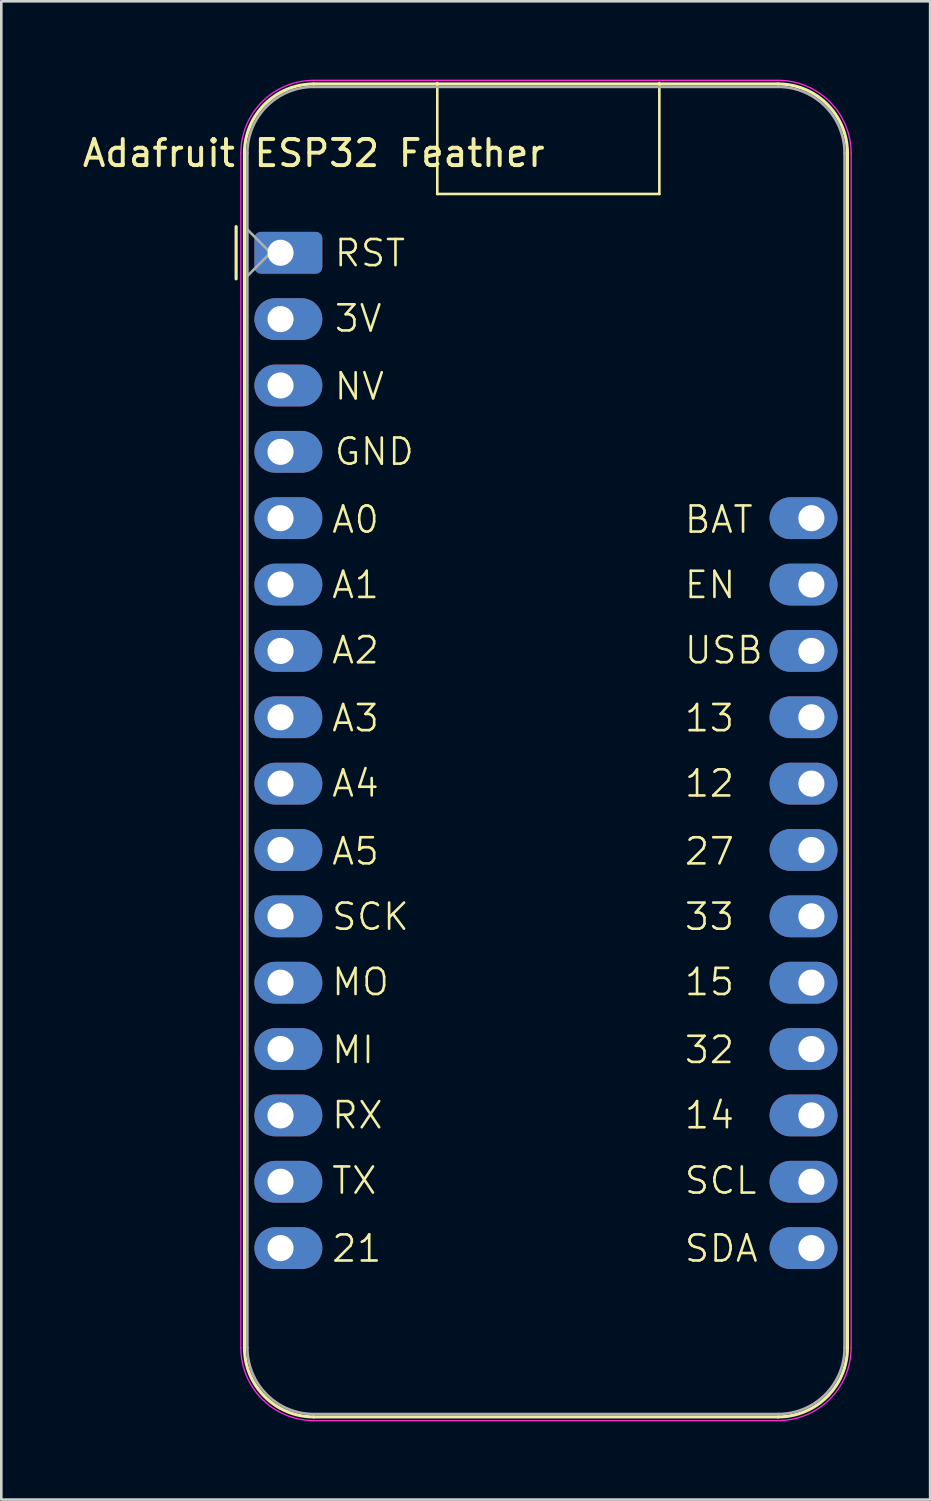
<source format=kicad_pcb>
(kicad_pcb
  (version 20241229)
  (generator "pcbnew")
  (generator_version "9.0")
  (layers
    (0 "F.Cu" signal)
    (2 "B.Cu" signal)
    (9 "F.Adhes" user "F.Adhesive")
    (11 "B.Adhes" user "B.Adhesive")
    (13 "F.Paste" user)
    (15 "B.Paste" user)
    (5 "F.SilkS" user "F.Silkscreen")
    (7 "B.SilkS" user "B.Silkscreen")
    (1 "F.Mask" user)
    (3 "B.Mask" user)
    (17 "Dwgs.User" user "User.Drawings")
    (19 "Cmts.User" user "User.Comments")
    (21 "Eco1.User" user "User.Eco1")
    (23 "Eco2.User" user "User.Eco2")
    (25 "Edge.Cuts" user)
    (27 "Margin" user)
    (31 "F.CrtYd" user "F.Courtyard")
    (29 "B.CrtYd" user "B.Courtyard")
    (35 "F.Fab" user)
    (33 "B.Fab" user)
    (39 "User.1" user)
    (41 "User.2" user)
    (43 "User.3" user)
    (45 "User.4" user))
  (footprint "Adafruit ESP32 Feather"
    (layer "F.Cu")
    (at 7.688 6.625)
    (property "Reference" "Adafruit ESP32 Feather" (at 1.27 -3.81 180) (layer "F.SilkS") (effects (font (size 1 1) (thickness 0.15))))
    (attr through_hole)
    (fp_line (start -1.7 1) (end -1.7 -1) (stroke (width 0.12) (type solid)) (layer "F.SilkS"))
    (fp_line (start -1.38 -3.81) (end -1.38 41.91) (stroke (width 0.12) (type solid)) (layer "F.SilkS"))
    (fp_line (start 6 -6.5) (end 6 -2.25) (stroke (width 0.1) (type default)) (layer "F.SilkS"))
    (fp_line (start 6 -2.25) (end 14.5 -2.25) (stroke (width 0.1) (type default)) (layer "F.SilkS"))
    (fp_line (start 14.5 -2.25) (end 14.5 -6.5) (stroke (width 0.1) (type default)) (layer "F.SilkS"))
    (fp_line (start 19.05 -6.46) (end 1.27 -6.46) (stroke (width 0.12) (type solid)) (layer "F.SilkS"))
    (fp_line (start 19.05 44.56) (end 1.27 44.56) (stroke (width 0.12) (type solid)) (layer "F.SilkS"))
    (fp_line (start 21.7 -3.81) (end 21.7 41.91) (stroke (width 0.12) (type solid)) (layer "F.SilkS"))
    (fp_arc (start -1.38 -3.81) (mid -0.603833 -5.683833) (end 1.27 -6.46) (stroke (width 0.12) (type solid)) (layer "F.SilkS"))
    (fp_arc (start 1.27 44.56) (mid -0.603833 43.783833) (end -1.38 41.91) (stroke (width 0.12) (type solid)) (layer "F.SilkS"))
    (fp_arc (start 19.05 -6.46) (mid 20.923833 -5.683833) (end 21.7 -3.81) (stroke (width 0.12) (type solid)) (layer "F.SilkS"))
    (fp_arc (start 21.7 41.91) (mid 20.923833 43.783833) (end 19.05 44.56) (stroke (width 0.12) (type solid)) (layer "F.SilkS"))
    (fp_line (start -1.52 41.91) (end -1.52 -3.81) (stroke (width 0.05) (type solid)) (layer "F.CrtYd"))
    (fp_line (start 19.05 -6.6) (end 1.27 -6.6) (stroke (width 0.05) (type solid)) (layer "F.CrtYd"))
    (fp_line (start 19.05 44.7) (end 1.27 44.7) (stroke (width 0.05) (type solid)) (layer "F.CrtYd"))
    (fp_line (start 21.84 41.91) (end 21.84 -3.81) (stroke (width 0.05) (type solid)) (layer "F.CrtYd"))
    (fp_arc (start -1.52 -3.81) (mid -0.702828 -5.782828) (end 1.27 -6.6) (stroke (width 0.05) (type solid)) (layer "F.CrtYd"))
    (fp_arc (start 1.27 44.7) (mid -0.702828 43.882828) (end -1.52 41.91) (stroke (width 0.05) (type solid)) (layer "F.CrtYd"))
    (fp_arc (start 19.05 -6.6) (mid 21.022828 -5.782828) (end 21.84 -3.81) (stroke (width 0.05) (type solid)) (layer "F.CrtYd"))
    (fp_arc (start 21.84 41.91) (mid 21.022828 43.882828) (end 19.05 44.7) (stroke (width 0.05) (type solid)) (layer "F.CrtYd"))
    (fp_line (start -1.27 -3.81) (end -1.27 41.91) (stroke (width 0.1) (type solid)) (layer "F.Fab"))
    (fp_line (start -1.27 -0.889) (end -0.381 0) (stroke (width 0.1) (type solid)) (layer "F.Fab"))
    (fp_line (start -0.381 0) (end -1.27 0.889) (stroke (width 0.1) (type solid)) (layer "F.Fab"))
    (fp_line (start 1.27 44.45) (end 19.05 44.45) (stroke (width 0.1) (type solid)) (layer "F.Fab"))
    (fp_line (start 19.05 -6.35) (end 1.27 -6.35) (stroke (width 0.1) (type solid)) (layer "F.Fab"))
    (fp_line (start 21.59 41.91) (end 21.59 -3.81) (stroke (width 0.1) (type solid)) (layer "F.Fab"))
    (fp_arc (start -1.27 -3.81) (mid -0.526051 -5.606051) (end 1.27 -6.35) (stroke (width 0.1) (type solid)) (layer "F.Fab"))
    (fp_arc (start 1.221238 44.449532) (mid -0.543209 43.688728) (end -1.27 41.91) (stroke (width 0.1) (type solid)) (layer "F.Fab"))
    (fp_arc (start 19.05 -6.35) (mid 20.846051 -5.606051) (end 21.59 -3.81) (stroke (width 0.1) (type solid)) (layer "F.Fab"))
    (fp_arc (start 21.59 41.91) (mid 20.846051 43.706051) (end 19.05 44.45) (stroke (width 0.1) (type solid)) (layer "F.Fab"))
    (fp_text user "SDA" (at 15.4 38.7 0) (unlocked yes) (layer "F.SilkS") (effects (font (size 1 1) (thickness 0.1)) (justify left bottom)))
    (fp_text user "A4" (at 1.9 20.9 0) (unlocked yes) (layer "F.SilkS") (effects (font (size 1 1) (thickness 0.1)) (justify left bottom)))
    (fp_text user "13" (at 15.4 18.4 0) (unlocked yes) (layer "F.SilkS") (effects (font (size 1 1) (thickness 0.1)) (justify left bottom)))
    (fp_text user "A0" (at 1.9 10.8 0) (unlocked yes) (layer "F.SilkS") (effects (font (size 1 1) (thickness 0.1)) (justify left bottom)))
    (fp_text user "21" (at 1.9 38.7 0) (unlocked yes) (layer "F.SilkS") (effects (font (size 1 1) (thickness 0.1)) (justify left bottom)))
    (fp_text user "TX" (at 1.9 36.1 0) (unlocked yes) (layer "F.SilkS") (effects (font (size 1 1) (thickness 0.1)) (justify left bottom)))
    (fp_text user "15" (at 15.4 28.5 0) (unlocked yes) (layer "F.SilkS") (effects (font (size 1 1) (thickness 0.1)) (justify left bottom)))
    (fp_text user "SCL" (at 15.4 36.1 0) (unlocked yes) (layer "F.SilkS") (effects (font (size 1 1) (thickness 0.1)) (justify left bottom)))
    (fp_text user "32" (at 15.4 31.1 0) (unlocked yes) (layer "F.SilkS") (effects (font (size 1 1) (thickness 0.1)) (justify left bottom)))
    (fp_text user "A3" (at 1.9 18.4 0) (unlocked yes) (layer "F.SilkS") (effects (font (size 1 1) (thickness 0.1)) (justify left bottom)))
    (fp_text user "MI" (at 1.9 31.1 0) (unlocked yes) (layer "F.SilkS") (effects (font (size 1 1) (thickness 0.1)) (justify left bottom)))
    (fp_text user "SCK" (at 1.9 26 0) (unlocked yes) (layer "F.SilkS") (effects (font (size 1 1) (thickness 0.1)) (justify left bottom)))
    (fp_text user "A5" (at 1.9 23.5 0) (unlocked yes) (layer "F.SilkS") (effects (font (size 1 1) (thickness 0.1)) (justify left bottom)))
    (fp_text user "MO" (at 1.9 28.5 0) (unlocked yes) (layer "F.SilkS") (effects (font (size 1 1) (thickness 0.1)) (justify left bottom)))
    (fp_text user "12" (at 15.4 20.9 0) (unlocked yes) (layer "F.SilkS") (effects (font (size 1 1) (thickness 0.1)) (justify left bottom)))
    (fp_text user "27" (at 15.4 23.5 0) (unlocked yes) (layer "F.SilkS") (effects (font (size 1 1) (thickness 0.1)) (justify left bottom)))
    (fp_text user "RST" (at 2 0.6 0) (unlocked yes) (layer "F.SilkS") (effects (font (size 1 1) (thickness 0.1)) (justify left bottom)))
    (fp_text user "A1" (at 1.9 13.3 0) (unlocked yes) (layer "F.SilkS") (effects (font (size 1 1) (thickness 0.1)) (justify left bottom)))
    (fp_text user "USB" (at 15.4 15.8 0) (unlocked yes) (layer "F.SilkS") (effects (font (size 1 1) (thickness 0.1)) (justify left bottom)))
    (fp_text user "EN" (at 15.4 13.3 0) (unlocked yes) (layer "F.SilkS") (effects (font (size 1 1) (thickness 0.1)) (justify left bottom)))
    (fp_text user "BAT" (at 15.4 10.8 0) (unlocked yes) (layer "F.SilkS") (effects (font (size 1 1) (thickness 0.1)) (justify left bottom)))
    (fp_text user "RX" (at 1.9 33.6 0) (unlocked yes) (layer "F.SilkS") (effects (font (size 1 1) (thickness 0.1)) (justify left bottom)))
    (fp_text user "33" (at 15.4 26 0) (unlocked yes) (layer "F.SilkS") (effects (font (size 1 1) (thickness 0.1)) (justify left bottom)))
    (fp_text user "14" (at 15.4 33.6 0) (unlocked yes) (layer "F.SilkS") (effects (font (size 1 1) (thickness 0.1)) (justify left bottom)))
    (fp_text user "3V" (at 2 3.1 0) (unlocked yes) (layer "F.SilkS") (effects (font (size 1 1) (thickness 0.1)) (justify left bottom)))
    (fp_text user "NV" (at 2 5.7 0) (unlocked yes) (layer "F.SilkS") (effects (font (size 1 1) (thickness 0.1)) (justify left bottom)))
    (fp_text user "A2" (at 1.9 15.8 0) (unlocked yes) (layer "F.SilkS") (effects (font (size 1 1) (thickness 0.1)) (justify left bottom)))
    (fp_text user "GND" (at 2 8.2 0) (unlocked yes) (layer "F.SilkS") (effects (font (size 1 1) (thickness 0.1)) (justify left bottom)))
    (pad "1" thru_hole roundrect (at 0 0) (size 2.6 1.6) (drill 1 (offset 0.3 0)) (layers "*.Cu" "*.Mask") (roundrect_rratio 0.156))
    (pad "2" thru_hole oval (at 0 2.54) (size 2.6 1.6) (drill 1 (offset 0.3 0)) (layers "*.Cu" "*.Mask"))
    (pad "3" thru_hole oval (at 0 5.08) (size 2.6 1.6) (drill 1 (offset 0.3 0)) (layers "*.Cu" "*.Mask"))
    (pad "4" thru_hole oval (at 0 7.62) (size 2.6 1.6) (drill 1 (offset 0.3 0)) (layers "*.Cu" "*.Mask"))
    (pad "5" thru_hole oval (at 0 10.16) (size 2.6 1.6) (drill 1 (offset 0.3 0)) (layers "*.Cu" "*.Mask"))
    (pad "6" thru_hole oval (at 0 12.7) (size 2.6 1.6) (drill 1 (offset 0.3 0)) (layers "*.Cu" "*.Mask"))
    (pad "7" thru_hole oval (at 0 15.24) (size 2.6 1.6) (drill 1 (offset 0.3 0)) (layers "*.Cu" "*.Mask"))
    (pad "8" thru_hole oval (at 0 17.78) (size 2.6 1.6) (drill 1 (offset 0.3 0)) (layers "*.Cu" "*.Mask"))
    (pad "9" thru_hole oval (at 0 20.32) (size 2.6 1.6) (drill 1 (offset 0.3 0)) (layers "*.Cu" "*.Mask"))
    (pad "10" thru_hole oval (at 0 22.86) (size 2.6 1.6) (drill 1 (offset 0.3 0)) (layers "*.Cu" "*.Mask"))
    (pad "11" thru_hole oval (at 0 25.4) (size 2.6 1.6) (drill 1 (offset 0.3 0)) (layers "*.Cu" "*.Mask"))
    (pad "12" thru_hole oval (at 0 27.94) (size 2.6 1.6) (drill 1 (offset 0.3 0)) (layers "*.Cu" "*.Mask"))
    (pad "13" thru_hole oval (at 0 30.48) (size 2.6 1.6) (drill 1 (offset 0.3 0)) (layers "*.Cu" "*.Mask"))
    (pad "14" thru_hole oval (at 0 33.02) (size 2.6 1.6) (drill 1 (offset 0.3 0)) (layers "*.Cu" "*.Mask"))
    (pad "15" thru_hole oval (at 0 35.56) (size 2.6 1.6) (drill 1 (offset 0.3 0)) (layers "*.Cu" "*.Mask"))
    (pad "16" thru_hole oval (at 0 38.1) (size 2.6 1.6) (drill 1 (offset 0.3 0)) (layers "*.Cu" "*.Mask"))
    (pad "17" thru_hole oval (at 20.32 38.1 180) (size 2.6 1.6) (drill 1 (offset 0.3 0)) (layers "*.Cu" "*.Mask"))
    (pad "18" thru_hole oval (at 20.32 35.56 180) (size 2.6 1.6) (drill 1 (offset 0.3 0)) (layers "*.Cu" "*.Mask"))
    (pad "19" thru_hole oval (at 20.32 33.02 180) (size 2.6 1.6) (drill 1 (offset 0.3 0)) (layers "*.Cu" "*.Mask"))
    (pad "20" thru_hole oval (at 20.32 30.48 180) (size 2.6 1.6) (drill 1 (offset 0.3 0)) (layers "*.Cu" "*.Mask"))
    (pad "21" thru_hole oval (at 20.32 27.94 180) (size 2.6 1.6) (drill 1 (offset 0.3 0)) (layers "*.Cu" "*.Mask"))
    (pad "22" thru_hole oval (at 20.32 25.4 180) (size 2.6 1.6) (drill 1 (offset 0.3 0)) (layers "*.Cu" "*.Mask"))
    (pad "23" thru_hole oval (at 20.32 22.86 180) (size 2.6 1.6) (drill 1 (offset 0.3 0)) (layers "*.Cu" "*.Mask"))
    (pad "24" thru_hole oval (at 20.32 20.32 180) (size 2.6 1.6) (drill 1 (offset 0.3 0)) (layers "*.Cu" "*.Mask"))
    (pad "25" thru_hole oval (at 20.32 17.78 180) (size 2.6 1.6) (drill 1 (offset 0.3 0)) (layers "*.Cu" "*.Mask"))
    (pad "26" thru_hole oval (at 20.32 15.24 180) (size 2.6 1.6) (drill 1 (offset 0.3 0)) (layers "*.Cu" "*.Mask"))
    (pad "27" thru_hole oval (at 20.32 12.7 180) (size 2.6 1.6) (drill 1 (offset 0.3 0)) (layers "*.Cu" "*.Mask"))
    (pad "28" thru_hole oval (at 20.32 10.16 180) (size 2.6 1.6) (drill 1 (offset 0.3 0)) (layers "*.Cu" "*.Mask")))
  (gr_rect
    (start -3 -3)
    (end 32.553 54.35)
    (stroke (width 0.1) (type default))
    (fill no)
    (layer "Edge.Cuts")))
</source>
